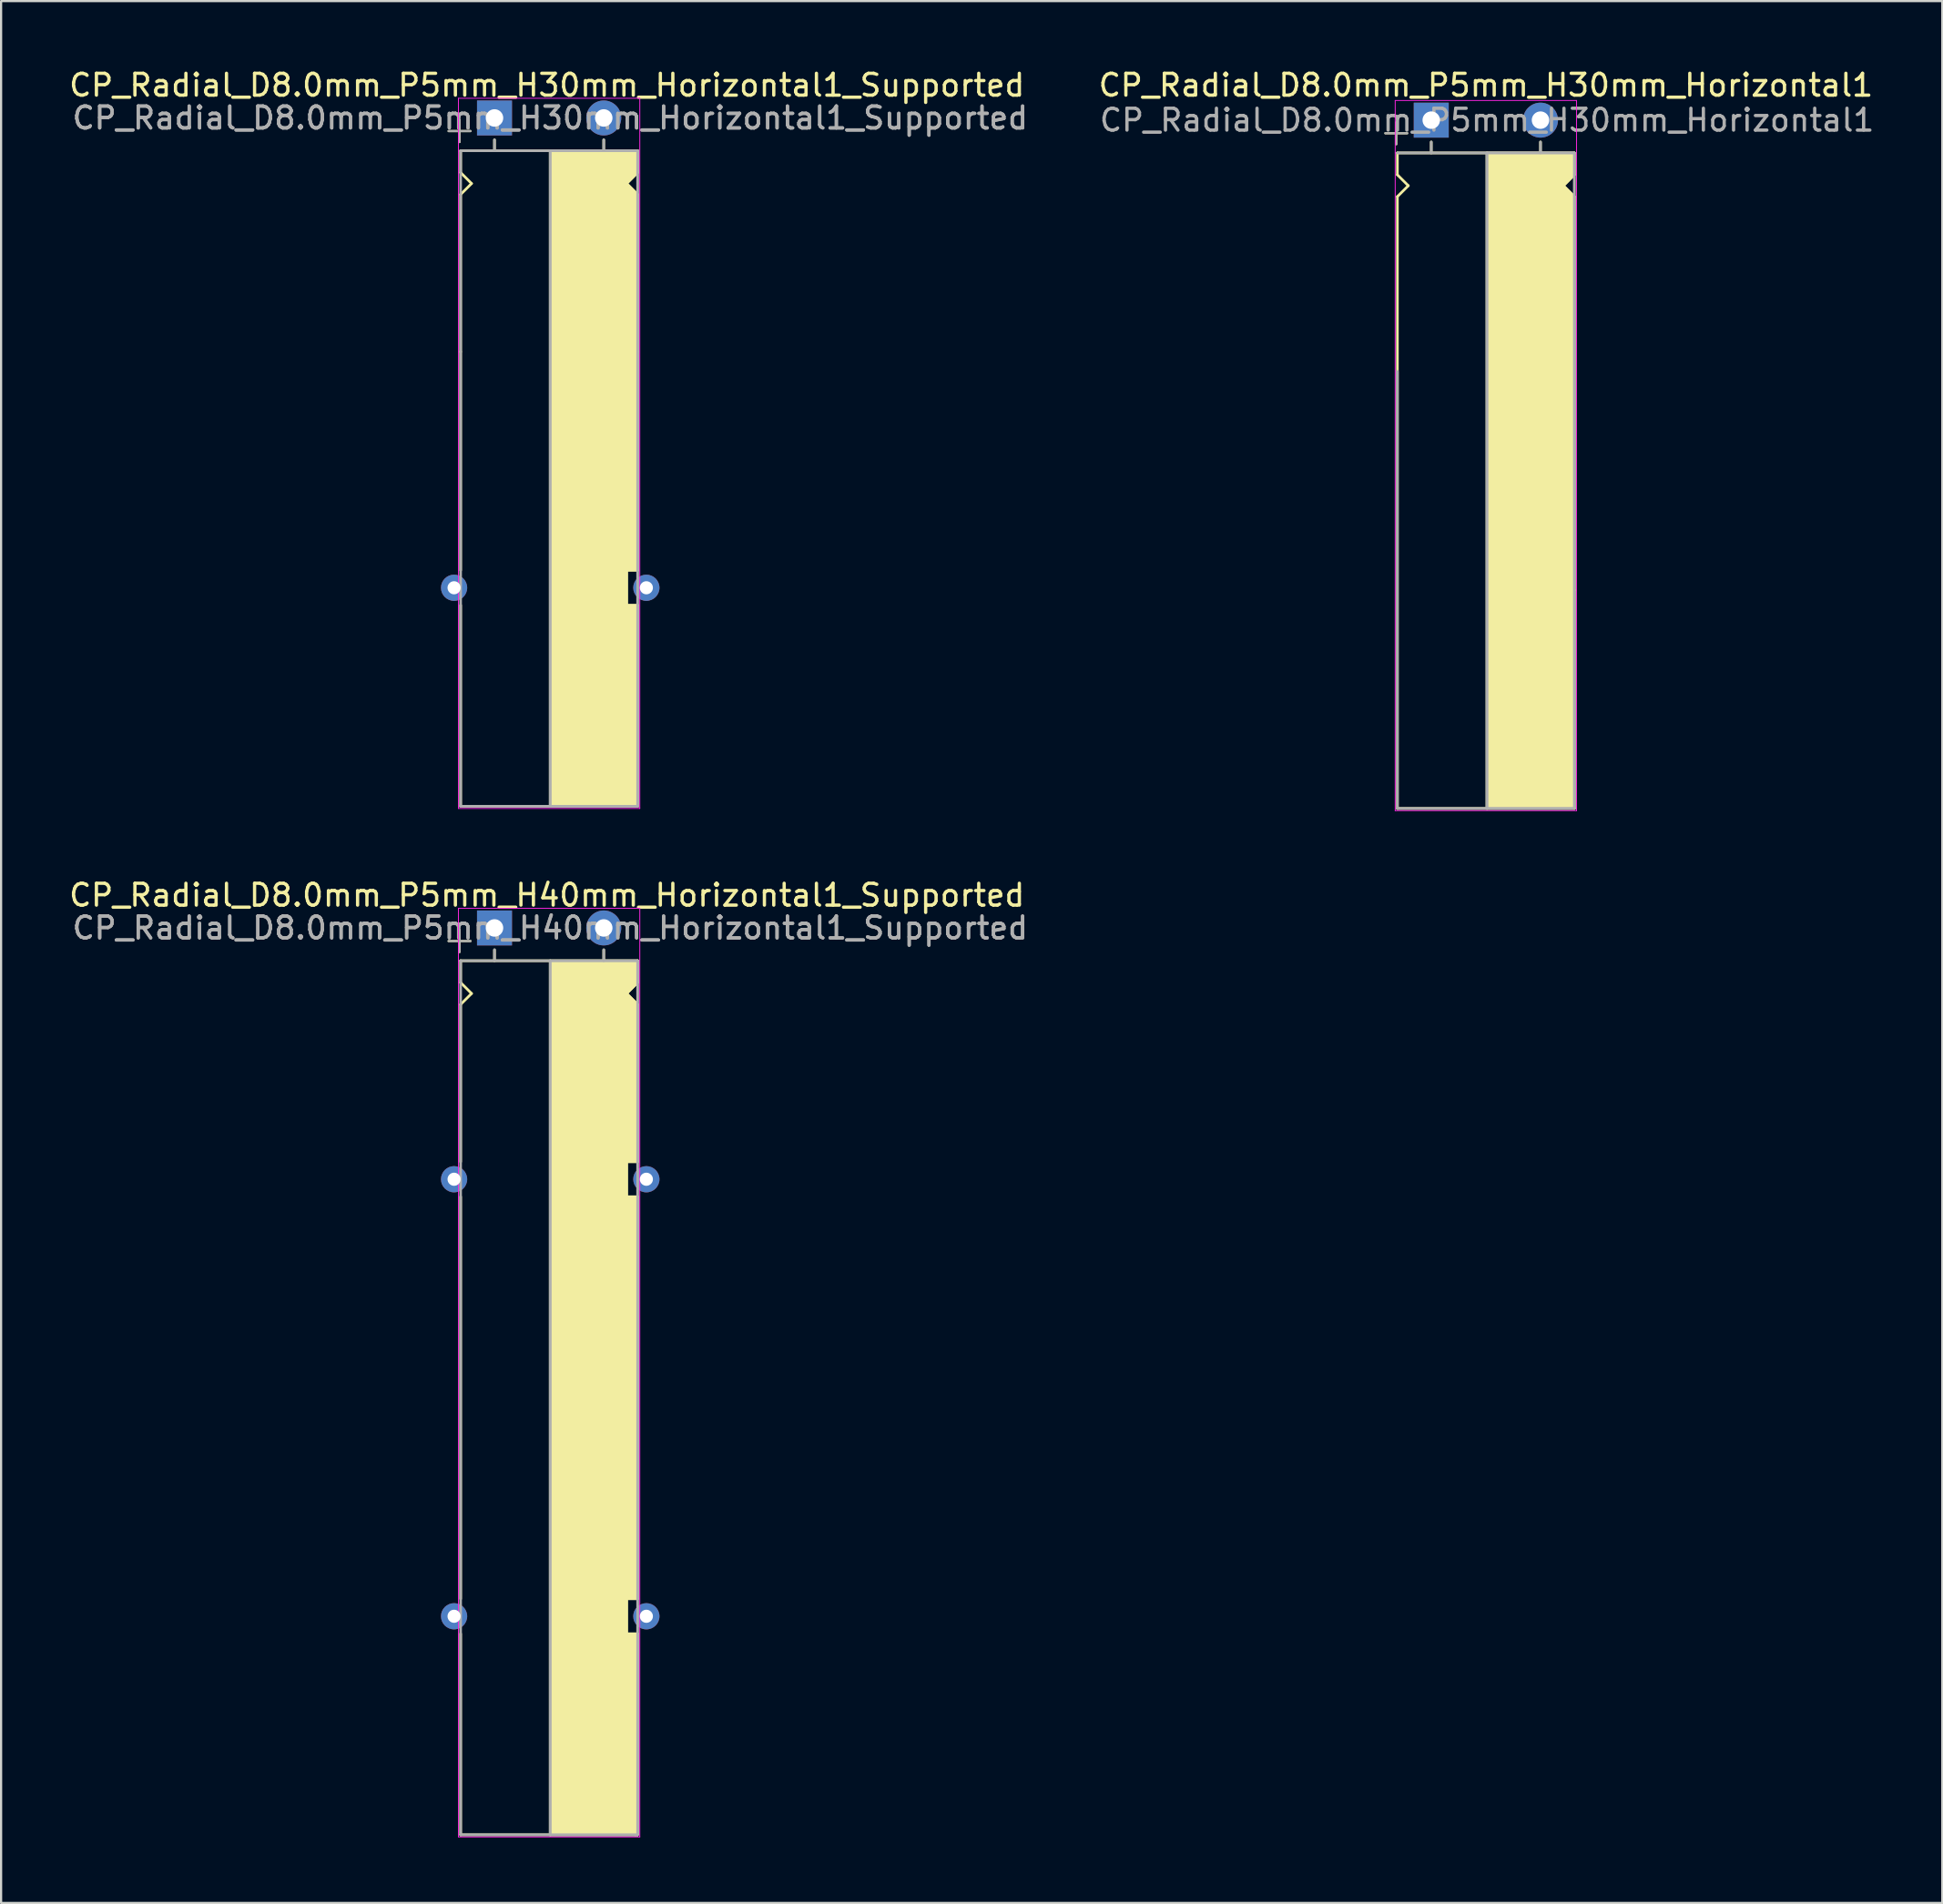
<source format=kicad_pcb>
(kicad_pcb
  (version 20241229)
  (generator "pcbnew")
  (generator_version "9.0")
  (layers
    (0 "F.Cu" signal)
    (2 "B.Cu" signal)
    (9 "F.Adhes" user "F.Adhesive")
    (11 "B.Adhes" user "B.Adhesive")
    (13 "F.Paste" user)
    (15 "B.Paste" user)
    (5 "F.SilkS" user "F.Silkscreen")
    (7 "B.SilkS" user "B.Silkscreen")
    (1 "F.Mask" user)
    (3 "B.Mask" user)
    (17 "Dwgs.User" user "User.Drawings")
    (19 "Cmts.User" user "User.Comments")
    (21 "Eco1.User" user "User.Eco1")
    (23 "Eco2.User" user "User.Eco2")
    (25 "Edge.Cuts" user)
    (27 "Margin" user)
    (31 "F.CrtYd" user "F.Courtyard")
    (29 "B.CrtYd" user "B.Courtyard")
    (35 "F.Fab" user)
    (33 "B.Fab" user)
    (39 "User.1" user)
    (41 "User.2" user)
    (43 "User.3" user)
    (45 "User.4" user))
  (footprint "CP_Radial_D8.0mm_P5mm_H30mm_Horizontal1_Supported"
    (layer "F.Cu")
    (at 20.382 2.348)
    (property "Reference" "CP_Radial_D8.0mm_P5mm_H30mm_Horizontal1_Supported" (at 1.6 -1.5 0) (layer "F.SilkS") (effects (font (size 1 1) (thickness 0.15))))
    (attr through_hole)
    (fp_line (start -2.9 0.6) (end -1.9 0.6) (stroke (width 0.1) (type solid)) (layer "F.SilkS"))
    (fp_line (start -2.4 1.1) (end -2.4 0.1) (stroke (width 0.1) (type solid)) (layer "F.SilkS"))
    (fp_line (start -2.35 1.5) (end -2.35 2.5) (stroke (width 0.12) (type solid)) (layer "F.SilkS"))
    (fp_line (start -2.35 1.5) (end 5.75 1.5) (stroke (width 0.12) (type solid)) (layer "F.SilkS"))
    (fp_line (start -2.35 2.5) (end -1.85 3) (stroke (width 0.12) (type solid)) (layer "F.SilkS"))
    (fp_line (start -2.35 10.7) (end -2.35 3.5) (stroke (width 0.12) (type solid)) (layer "F.SilkS"))
    (fp_line (start -2.35 10.7) (end -2.35 20.7) (stroke (width 0.12) (type solid)) (layer "F.SilkS"))
    (fp_line (start -2.35 22.3) (end -2.35 31.5) (stroke (width 0.12) (type solid)) (layer "F.SilkS"))
    (fp_line (start -2.35 31.5) (end 5.65 31.5) (stroke (width 0.12) (type solid)) (layer "F.SilkS"))
    (fp_line (start -1.85 3) (end -2.35 3.5) (stroke (width 0.12) (type solid)) (layer "F.SilkS"))
    (fp_line (start -0.8 1) (end -0.8 1.5) (stroke (width 0.12) (type solid)) (layer "F.SilkS"))
    (fp_line (start 1.75 31.5) (end 1.75 1.5) (stroke (width 0.12) (type solid)) (layer "F.SilkS"))
    (fp_line (start 4.2 1) (end 4.2 1.5) (stroke (width 0.12) (type solid)) (layer "F.SilkS"))
    (fp_line (start 5.25 3) (end 5.75 2.5) (stroke (width 0.12) (type solid)) (layer "F.SilkS"))
    (fp_line (start 5.25 20.7) (end 5.25 22.3) (stroke (width 0.12) (type solid)) (layer "F.SilkS"))
    (fp_line (start 5.25 22.3) (end 5.75 22.3) (stroke (width 0.12) (type solid)) (layer "F.SilkS"))
    (fp_line (start 5.75 2.5) (end 5.75 1.5) (stroke (width 0.12) (type solid)) (layer "F.SilkS"))
    (fp_line (start 5.75 3.5) (end 5.25 3) (stroke (width 0.12) (type solid)) (layer "F.SilkS"))
    (fp_line (start 5.75 10.7) (end 5.75 3.5) (stroke (width 0.12) (type solid)) (layer "F.SilkS"))
    (fp_line (start 5.75 20.7) (end 5.25 20.7) (stroke (width 0.12) (type solid)) (layer "F.SilkS"))
    (fp_line (start 5.75 20.7) (end 5.75 10.7) (stroke (width 0.12) (type solid)) (layer "F.SilkS"))
    (fp_line (start 5.75 22.3) (end 5.75 31.5) (stroke (width 0.12) (type solid)) (layer "F.SilkS"))
    (fp_line (start 5.75 31.5) (end 5.65 31.5) (stroke (width 0.12) (type solid)) (layer "F.SilkS"))
    (fp_poly (pts (xy 5.75 2.5) (xy 5.25 3) (xy 5.75 3.5) (xy 5.75 20.7) (xy 5.25 20.7) (xy 5.25 22.3) (xy 5.75 22.3) (xy 5.75 31.5) (xy 1.75 31.5) (xy 1.75 1.5) (xy 5.75 1.5)) (stroke (width 0.1) (type solid)) (fill yes) (layer "F.SilkS"))
    (fp_line (start -2.45 -0.9) (end 5.85 -0.9) (stroke (width 0.04) (type solid)) (layer "F.CrtYd"))
    (fp_line (start -2.45 1.5) (end -2.45 -0.9) (stroke (width 0.04) (type solid)) (layer "F.CrtYd"))
    (fp_line (start -2.45 31.6) (end -2.45 1.5) (stroke (width 0.04) (type solid)) (layer "F.CrtYd"))
    (fp_line (start 5.85 -0.9) (end 5.85 31.6) (stroke (width 0.04) (type solid)) (layer "F.CrtYd"))
    (fp_line (start 5.85 31.6) (end -2.45 31.6) (stroke (width 0.04) (type solid)) (layer "F.CrtYd"))
    (fp_line (start -2.9 0.6) (end -1.9 0.6) (stroke (width 0.1) (type solid)) (layer "F.Fab"))
    (fp_line (start -2.4 1.1) (end -2.4 0.1) (stroke (width 0.1) (type solid)) (layer "F.Fab"))
    (fp_line (start -2.35 1.5) (end 5.75 1.5) (stroke (width 0.12) (type solid)) (layer "F.Fab"))
    (fp_line (start -2.35 31.5) (end -2.35 1.5) (stroke (width 0.12) (type solid)) (layer "F.Fab"))
    (fp_line (start -0.8 1.5) (end -0.8 1) (stroke (width 0.12) (type solid)) (layer "F.Fab"))
    (fp_line (start 1.75 1.5) (end 1.75 31.5) (stroke (width 0.12) (type solid)) (layer "F.Fab"))
    (fp_line (start 4.2 1.5) (end 4.2 1) (stroke (width 0.12) (type solid)) (layer "F.Fab"))
    (fp_line (start 5.75 1.5) (end 5.75 31.5) (stroke (width 0.12) (type solid)) (layer "F.Fab"))
    (fp_line (start 5.75 31.5) (end -2.35 31.5) (stroke (width 0.12) (type solid)) (layer "F.Fab"))
    (fp_poly (pts (xy 5.75 31.5) (xy 1.75 31.5) (xy 1.75 1.5) (xy 5.75 1.5)) (stroke (width 0.1) (type solid)) (fill no) (layer "F.Fab"))
    (fp_text user "${REFERENCE}" (at 1.75 0 0) (layer "F.Fab") (effects (font (size 1 1) (thickness 0.15))))
    (fp_text user "${REFERENCE}" (at 1.75 0 0) (layer "F.Fab") (effects (font (size 1 1) (thickness 0.15))))
    (pad "" thru_hole circle (at -2.65 21.5) (size 1.2 1.2) (drill 0.6) (layers "*.Cu" "*.Mask"))
    (pad "" thru_hole circle (at 6.15 21.5) (size 1.2 1.2) (drill 0.6) (layers "*.Cu" "*.Mask"))
    (pad "1" thru_hole rect (at -0.8 0) (size 1.6 1.6) (drill 0.8) (layers "*.Cu" "*.Mask"))
    (pad "2" thru_hole circle (at 4.2 0) (size 1.6 1.6) (drill 0.8) (layers "*.Cu" "*.Mask")))
  (footprint "CP_Radial_D8.0mm_P5mm_H40mm_Horizontal1_Supported"
    (layer "F.Cu")
    (at 20.382 39.416)
    (property "Reference" "CP_Radial_D8.0mm_P5mm_H40mm_Horizontal1_Supported" (at 1.6 -1.5 0) (layer "F.SilkS") (effects (font (size 1 1) (thickness 0.15))))
    (attr through_hole)
    (fp_line (start -2.9 0.6) (end -1.9 0.6) (stroke (width 0.1) (type solid)) (layer "F.SilkS"))
    (fp_line (start -2.4 1.1) (end -2.4 0.1) (stroke (width 0.1) (type solid)) (layer "F.SilkS"))
    (fp_line (start -2.35 1.5) (end -2.35 2.5) (stroke (width 0.12) (type solid)) (layer "F.SilkS"))
    (fp_line (start -2.35 1.5) (end 5.75 1.5) (stroke (width 0.12) (type solid)) (layer "F.SilkS"))
    (fp_line (start -2.35 2.5) (end -1.85 3) (stroke (width 0.12) (type solid)) (layer "F.SilkS"))
    (fp_line (start -2.35 10.7) (end -2.35 3.5) (stroke (width 0.12) (type solid)) (layer "F.SilkS"))
    (fp_line (start -2.35 12.3) (end -2.35 30.7) (stroke (width 0.12) (type solid)) (layer "F.SilkS"))
    (fp_line (start -2.35 32.3) (end -2.35 41.5) (stroke (width 0.12) (type solid)) (layer "F.SilkS"))
    (fp_line (start -2.35 41.5) (end 5.65 41.5) (stroke (width 0.12) (type solid)) (layer "F.SilkS"))
    (fp_line (start -1.85 3) (end -2.35 3.5) (stroke (width 0.12) (type solid)) (layer "F.SilkS"))
    (fp_line (start -0.8 1) (end -0.8 1.5) (stroke (width 0.12) (type solid)) (layer "F.SilkS"))
    (fp_line (start 1.75 41.5) (end 1.75 1.5) (stroke (width 0.12) (type solid)) (layer "F.SilkS"))
    (fp_line (start 4.2 1) (end 4.2 1.5) (stroke (width 0.12) (type solid)) (layer "F.SilkS"))
    (fp_line (start 5.25 3) (end 5.75 2.5) (stroke (width 0.12) (type solid)) (layer "F.SilkS"))
    (fp_line (start 5.25 10.7) (end 5.25 12.3) (stroke (width 0.12) (type solid)) (layer "F.SilkS"))
    (fp_line (start 5.25 12.3) (end 5.75 12.3) (stroke (width 0.12) (type solid)) (layer "F.SilkS"))
    (fp_line (start 5.25 30.7) (end 5.25 32.3) (stroke (width 0.12) (type solid)) (layer "F.SilkS"))
    (fp_line (start 5.25 32.3) (end 5.75 32.3) (stroke (width 0.12) (type solid)) (layer "F.SilkS"))
    (fp_line (start 5.75 2.5) (end 5.75 1.5) (stroke (width 0.12) (type solid)) (layer "F.SilkS"))
    (fp_line (start 5.75 3.5) (end 5.25 3) (stroke (width 0.12) (type solid)) (layer "F.SilkS"))
    (fp_line (start 5.75 10.7) (end 5.25 10.7) (stroke (width 0.12) (type solid)) (layer "F.SilkS"))
    (fp_line (start 5.75 10.7) (end 5.75 3.5) (stroke (width 0.12) (type solid)) (layer "F.SilkS"))
    (fp_line (start 5.75 12.3) (end 5.75 30.7) (stroke (width 0.12) (type solid)) (layer "F.SilkS"))
    (fp_line (start 5.75 30.7) (end 5.25 30.7) (stroke (width 0.12) (type solid)) (layer "F.SilkS"))
    (fp_line (start 5.75 32.3) (end 5.75 41.5) (stroke (width 0.12) (type solid)) (layer "F.SilkS"))
    (fp_line (start 5.75 41.5) (end 5.65 41.5) (stroke (width 0.12) (type solid)) (layer "F.SilkS"))
    (fp_poly (pts (xy 5.75 2.5) (xy 5.25 3) (xy 5.75 3.5) (xy 5.75 10.7) (xy 5.25 10.7) (xy 5.25 12.3) (xy 5.75 12.3) (xy 5.75 30.7) (xy 5.25 30.7) (xy 5.25 32.3) (xy 5.75 32.3) (xy 5.75 41.5) (xy 1.75 41.5) (xy 1.75 1.5) (xy 5.75 1.5)) (stroke (width 0.1) (type solid)) (fill yes) (layer "F.SilkS"))
    (fp_line (start -2.45 -0.9) (end 5.85 -0.9) (stroke (width 0.04) (type solid)) (layer "F.CrtYd"))
    (fp_line (start -2.45 1.5) (end -2.45 -0.9) (stroke (width 0.04) (type solid)) (layer "F.CrtYd"))
    (fp_line (start -2.45 41.6) (end -2.45 1.5) (stroke (width 0.04) (type solid)) (layer "F.CrtYd"))
    (fp_line (start 5.85 -0.9) (end 5.85 41.6) (stroke (width 0.04) (type solid)) (layer "F.CrtYd"))
    (fp_line (start 5.85 41.6) (end -2.45 41.6) (stroke (width 0.04) (type solid)) (layer "F.CrtYd"))
    (fp_line (start -2.9 0.6) (end -1.9 0.6) (stroke (width 0.1) (type solid)) (layer "F.Fab"))
    (fp_line (start -2.4 1.1) (end -2.4 0.1) (stroke (width 0.1) (type solid)) (layer "F.Fab"))
    (fp_line (start -2.35 1.5) (end 5.75 1.5) (stroke (width 0.12) (type solid)) (layer "F.Fab"))
    (fp_line (start -2.35 41.5) (end -2.35 1.5) (stroke (width 0.12) (type solid)) (layer "F.Fab"))
    (fp_line (start -0.8 1.5) (end -0.8 1) (stroke (width 0.12) (type solid)) (layer "F.Fab"))
    (fp_line (start 1.75 1.5) (end 1.75 41.5) (stroke (width 0.12) (type solid)) (layer "F.Fab"))
    (fp_line (start 4.2 1.5) (end 4.2 1) (stroke (width 0.12) (type solid)) (layer "F.Fab"))
    (fp_line (start 5.75 1.5) (end 5.75 41.5) (stroke (width 0.12) (type solid)) (layer "F.Fab"))
    (fp_line (start 5.75 41.5) (end -2.35 41.5) (stroke (width 0.12) (type solid)) (layer "F.Fab"))
    (fp_poly (pts (xy 5.75 41.5) (xy 1.75 41.5) (xy 1.75 1.5) (xy 5.75 1.5)) (stroke (width 0.1) (type solid)) (fill no) (layer "F.Fab"))
    (fp_text user "${REFERENCE}" (at 1.75 0 0) (layer "F.Fab") (effects (font (size 1 1) (thickness 0.15))))
    (fp_text user "${REFERENCE}" (at 1.75 0 0) (layer "F.Fab") (effects (font (size 1 1) (thickness 0.15))))
    (pad "" thru_hole circle (at -2.65 11.5) (size 1.2 1.2) (drill 0.6) (layers "*.Cu" "*.Mask"))
    (pad "" thru_hole circle (at -2.65 31.5) (size 1.2 1.2) (drill 0.6) (layers "*.Cu" "*.Mask"))
    (pad "" thru_hole circle (at 6.15 11.5) (size 1.2 1.2) (drill 0.6) (layers "*.Cu" "*.Mask"))
    (pad "" thru_hole circle (at 6.15 31.5) (size 1.2 1.2) (drill 0.6) (layers "*.Cu" "*.Mask"))
    (pad "1" thru_hole rect (at -0.8 0) (size 1.6 1.6) (drill 0.8) (layers "*.Cu" "*.Mask"))
    (pad "2" thru_hole circle (at 4.2 0) (size 1.6 1.6) (drill 0.8) (layers "*.Cu" "*.Mask")))
  (footprint "CP_Radial_D8.0mm_P5mm_H30mm_Horizontal1"
    (layer "F.Cu")
    (at 63.254 2.448)
    (property "Reference" "CP_Radial_D8.0mm_P5mm_H30mm_Horizontal1" (at 1.7 -1.6 0) (layer "F.SilkS") (effects (font (size 1 1) (thickness 0.15))))
    (attr through_hole)
    (fp_line (start -2.9 0.6) (end -1.9 0.6) (stroke (width 0.1) (type solid)) (layer "F.SilkS"))
    (fp_line (start -2.4 1.1) (end -2.4 0.1) (stroke (width 0.1) (type solid)) (layer "F.SilkS"))
    (fp_line (start -2.35 1.5) (end 5.75 1.5) (stroke (width 0.12) (type solid)) (layer "F.SilkS"))
    (fp_line (start -2.35 2.5) (end -2.35 1.5) (stroke (width 0.12) (type solid)) (layer "F.SilkS"))
    (fp_line (start -2.35 3.5) (end -2.35 31.5) (stroke (width 0.12) (type solid)) (layer "F.SilkS"))
    (fp_line (start -2.35 3.5) (end -1.85 3) (stroke (width 0.12) (type solid)) (layer "F.SilkS"))
    (fp_line (start -2.35 31.5) (end 5.75 31.5) (stroke (width 0.12) (type solid)) (layer "F.SilkS"))
    (fp_line (start -1.85 3) (end -2.35 2.5) (stroke (width 0.12) (type solid)) (layer "F.SilkS"))
    (fp_line (start -0.8 1) (end -0.8 1.5) (stroke (width 0.12) (type solid)) (layer "F.SilkS"))
    (fp_line (start 1.75 31.5) (end 1.75 1.5) (stroke (width 0.12) (type solid)) (layer "F.SilkS"))
    (fp_line (start 4.2 1) (end 4.2 1.5) (stroke (width 0.12) (type solid)) (layer "F.SilkS"))
    (fp_line (start 5.25 3) (end 5.75 2.5) (stroke (width 0.12) (type solid)) (layer "F.SilkS"))
    (fp_line (start 5.75 2.5) (end 5.75 1.5) (stroke (width 0.12) (type solid)) (layer "F.SilkS"))
    (fp_line (start 5.75 3.5) (end 5.25 3) (stroke (width 0.12) (type solid)) (layer "F.SilkS"))
    (fp_line (start 5.75 3.5) (end 5.75 31.5) (stroke (width 0.12) (type solid)) (layer "F.SilkS"))
    (fp_line (start 5.75 21.5) (end 5.65 21.5) (stroke (width 0.12) (type solid)) (layer "F.SilkS"))
    (fp_poly (pts (xy 5.75 2.5) (xy 5.25 3) (xy 5.75 3.5) (xy 5.75 31.5) (xy 1.75 31.5) (xy 1.75 1.5) (xy 5.75 1.5)) (stroke (width 0.1) (type solid)) (fill yes) (layer "F.SilkS"))
    (fp_line (start -2.45 -0.9) (end 5.85 -0.9) (stroke (width 0.04) (type solid)) (layer "F.CrtYd"))
    (fp_line (start -2.45 1.5) (end -2.45 -0.9) (stroke (width 0.04) (type solid)) (layer "F.CrtYd"))
    (fp_line (start -2.45 31.6) (end -2.45 1.5) (stroke (width 0.04) (type solid)) (layer "F.CrtYd"))
    (fp_line (start 5.85 -0.9) (end 5.85 31.6) (stroke (width 0.04) (type solid)) (layer "F.CrtYd"))
    (fp_line (start 5.85 31.6) (end -2.45 31.6) (stroke (width 0.04) (type solid)) (layer "F.CrtYd"))
    (fp_line (start -2.9 0.6) (end -1.9 0.6) (stroke (width 0.1) (type solid)) (layer "F.Fab"))
    (fp_line (start -2.4 1.1) (end -2.4 0.1) (stroke (width 0.1) (type solid)) (layer "F.Fab"))
    (fp_line (start -2.35 1.5) (end 5.75 1.5) (stroke (width 0.12) (type solid)) (layer "F.Fab"))
    (fp_line (start -2.35 31.5) (end -2.35 11.5) (stroke (width 0.12) (type solid)) (layer "F.Fab"))
    (fp_line (start -0.8 1.5) (end -0.8 1) (stroke (width 0.12) (type solid)) (layer "F.Fab"))
    (fp_line (start 1.75 1.5) (end 1.75 31.5) (stroke (width 0.12) (type solid)) (layer "F.Fab"))
    (fp_line (start 4.2 1.5) (end 4.2 1) (stroke (width 0.12) (type solid)) (layer "F.Fab"))
    (fp_line (start 5.75 1.5) (end 5.75 31.5) (stroke (width 0.12) (type solid)) (layer "F.Fab"))
    (fp_line (start 5.75 31.5) (end -2.35 31.5) (stroke (width 0.12) (type solid)) (layer "F.Fab"))
    (fp_poly (pts (xy 5.75 31.5) (xy 1.75 31.5) (xy 1.75 1.5) (xy 5.75 1.5)) (stroke (width 0.1) (type solid)) (fill no) (layer "F.Fab"))
    (fp_text user "${REFERENCE}" (at 1.75 0 0) (layer "F.Fab") (effects (font (size 1 1) (thickness 0.15))))
    (pad "1" thru_hole rect (at -0.8 0) (size 1.6 1.6) (drill 0.8) (layers "*.Cu" "*.Mask"))
    (pad "2" thru_hole circle (at 4.2 0) (size 1.6 1.6) (drill 0.8) (layers "*.Cu" "*.Mask")))
  (gr_rect
    (start -3 -3)
    (end 85.843 84.037)
    (stroke (width 0.1) (type default))
    (fill no)
    (layer "Edge.Cuts")))
</source>
